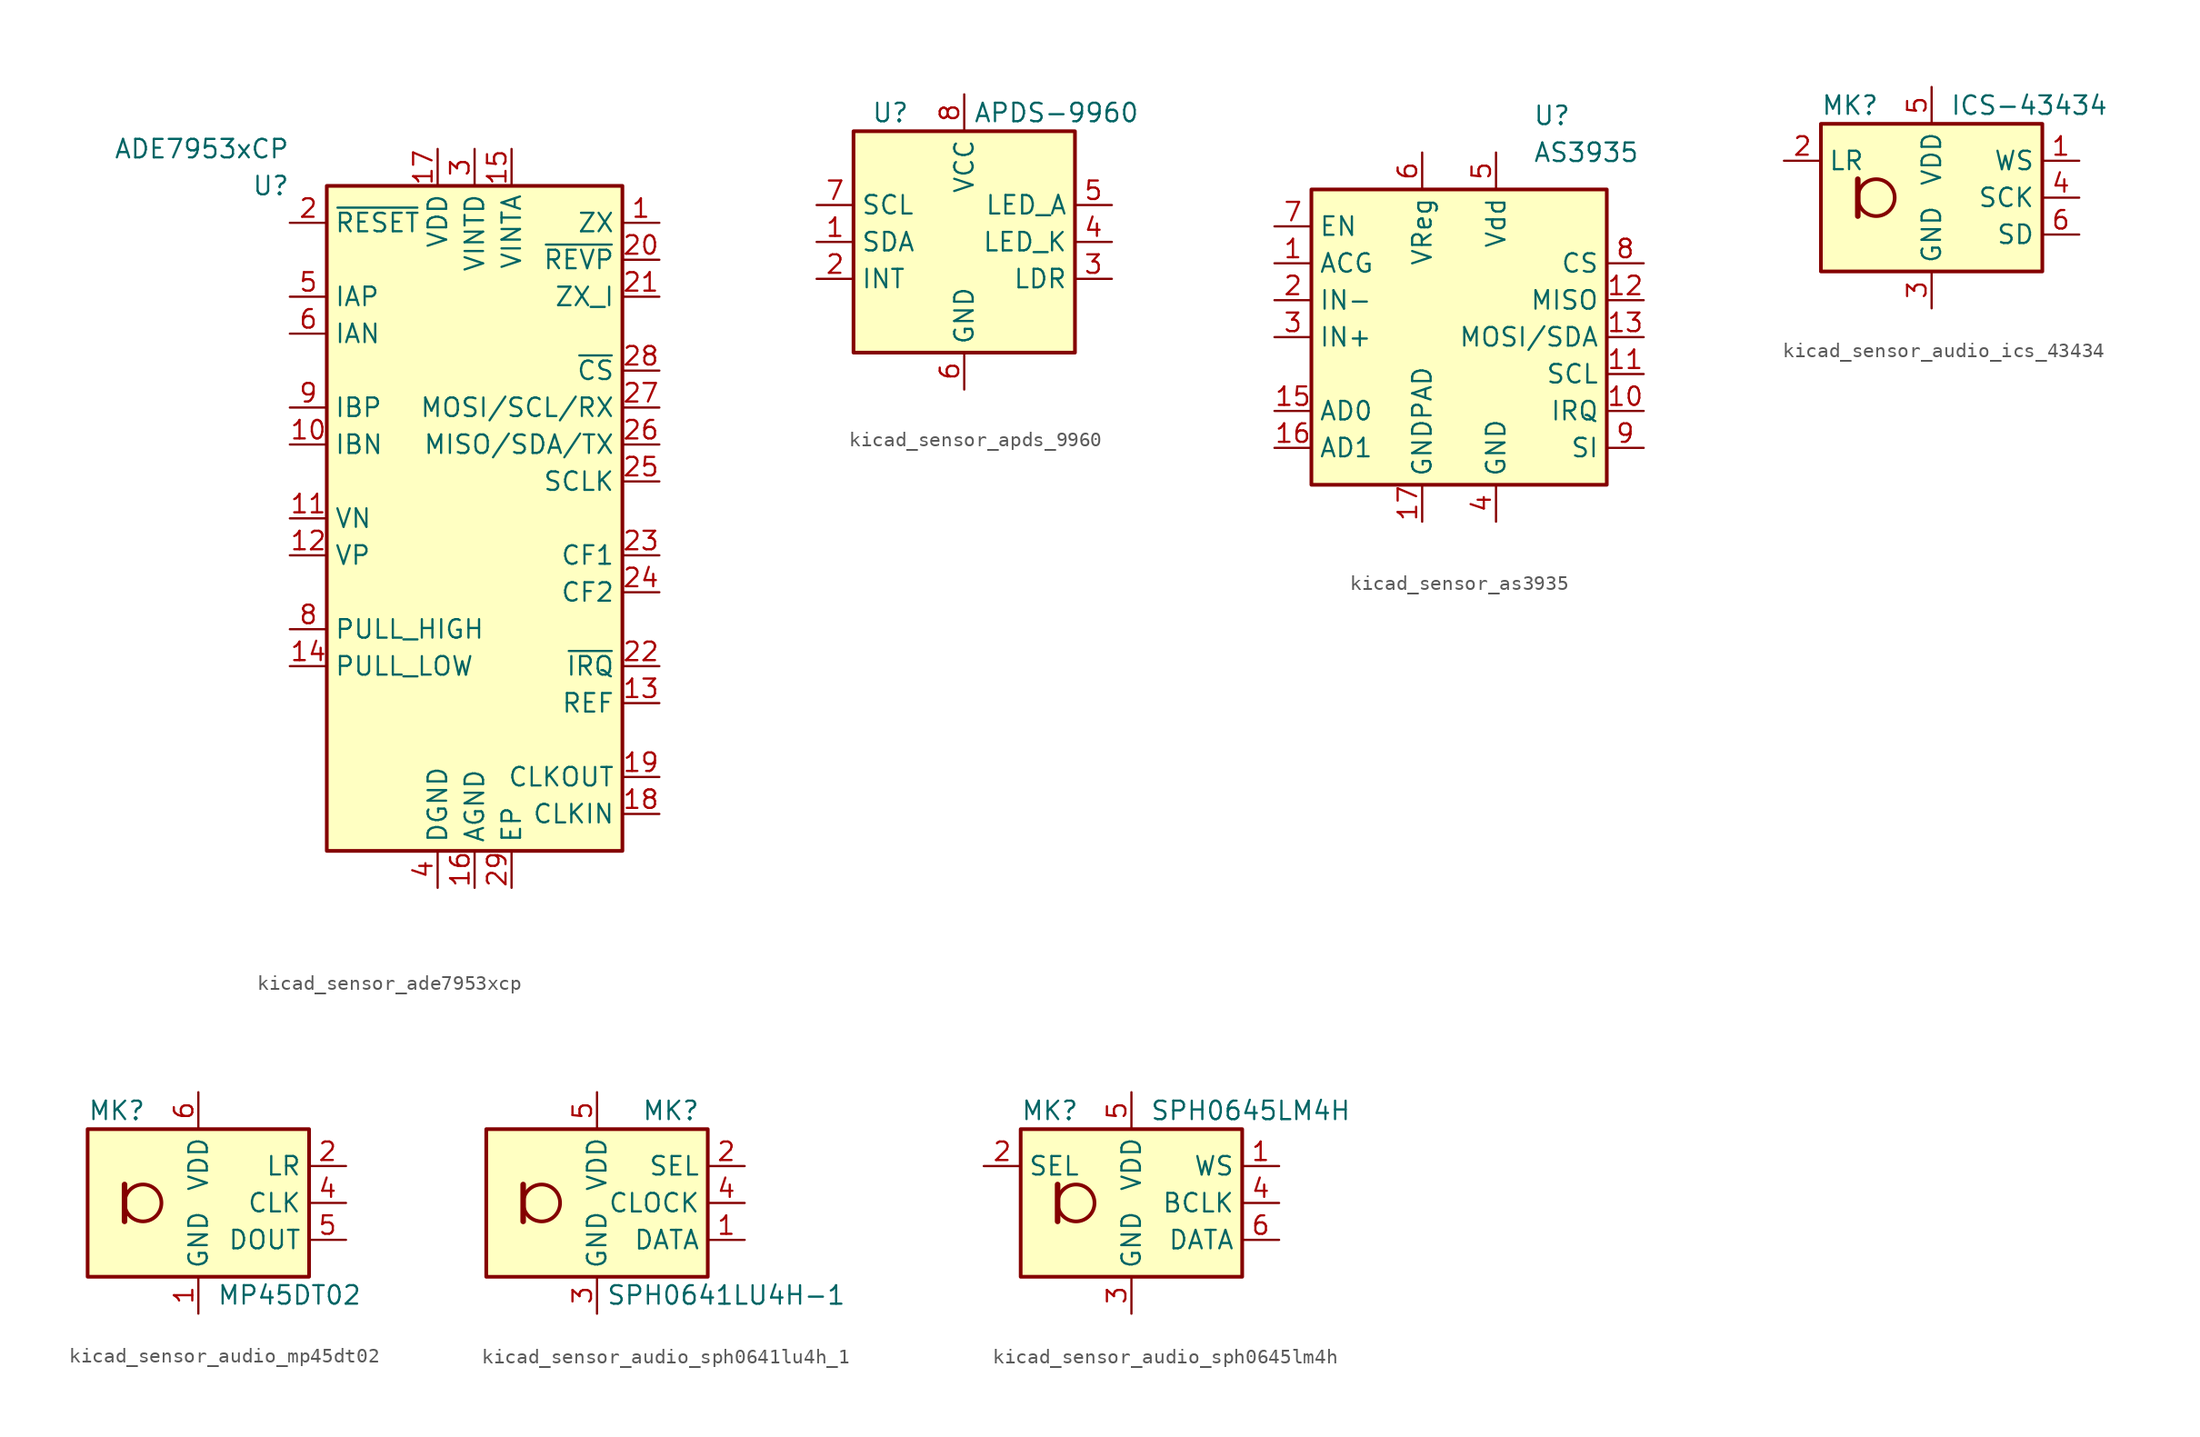
<source format=kicad_sym>
(kicad_symbol_lib
  (version 20220914)
  (generator kicad_symbol_editor)
  (symbol "kicad_sensor_ade7953xcp"
    (property "Reference" "U"
      (at -12.7 22.86 0)
      (effects (font (size 1.27 1.27)) (justify right)))
    (property "Value" "ADE7953xCP"
      (at -12.7 25.4 0)
      (effects (font (size 1.27 1.27)) (justify right)))
    (symbol "kicad_sensor_ade7953xcp_0_1"
      (rectangle (start 10.16 -22.86) (end -10.16 22.86) (stroke (width 0.254) (type default)) (fill (type background))))
    (symbol "kicad_sensor_ade7953xcp_1_1"
      (pin output line (at 12.7 20.32 180) (length 2.54) (name "ZX" (effects (font (size 1.27 1.27)))) (number "1" (effects (font (size 1.27 1.27)))))
      (pin input line (at -12.7 5.08 0) (length 2.54) (name "IBN" (effects (font (size 1.27 1.27)))) (number "10" (effects (font (size 1.27 1.27)))))
      (pin input line (at -12.7 0 0) (length 2.54) (name "VN" (effects (font (size 1.27 1.27)))) (number "11" (effects (font (size 1.27 1.27)))))
      (pin input line (at -12.7 -2.54 0) (length 2.54) (name "VP" (effects (font (size 1.27 1.27)))) (number "12" (effects (font (size 1.27 1.27)))))
      (pin input line (at 12.7 -12.7 180) (length 2.54) (name "REF" (effects (font (size 1.27 1.27)))) (number "13" (effects (font (size 1.27 1.27)))))
      (pin input line (at -12.7 -10.16 0) (length 2.54) (name "PULL_LOW" (effects (font (size 1.27 1.27)))) (number "14" (effects (font (size 1.27 1.27)))))
      (pin power_out line (at 2.54 25.4 270) (length 2.54) (name "VINTA" (effects (font (size 1.27 1.27)))) (number "15" (effects (font (size 1.27 1.27)))))
      (pin power_in line (at 0 -25.4 90) (length 2.54) (name "AGND" (effects (font (size 1.27 1.27)))) (number "16" (effects (font (size 1.27 1.27)))))
      (pin power_in line (at -2.54 25.4 270) (length 2.54) (name "VDD" (effects (font (size 1.27 1.27)))) (number "17" (effects (font (size 1.27 1.27)))))
      (pin input line (at 12.7 -20.32 180) (length 2.54) (name "CLKIN" (effects (font (size 1.27 1.27)))) (number "18" (effects (font (size 1.27 1.27)))))
      (pin output line (at 12.7 -17.78 180) (length 2.54) (name "CLKOUT" (effects (font (size 1.27 1.27)))) (number "19" (effects (font (size 1.27 1.27)))))
      (pin input line (at -12.7 20.32 0) (length 2.54) (name "~{RESET}" (effects (font (size 1.27 1.27)))) (number "2" (effects (font (size 1.27 1.27)))))
      (pin output line (at 12.7 17.78 180) (length 2.54) (name "~{REVP}" (effects (font (size 1.27 1.27)))) (number "20" (effects (font (size 1.27 1.27)))))
      (pin output line (at 12.7 15.24 180) (length 2.54) (name "ZX_I" (effects (font (size 1.27 1.27)))) (number "21" (effects (font (size 1.27 1.27)))))
      (pin open_collector line (at 12.7 -10.16 180) (length 2.54) (name "~{IRQ}" (effects (font (size 1.27 1.27)))) (number "22" (effects (font (size 1.27 1.27)))))
      (pin output line (at 12.7 -2.54 180) (length 2.54) (name "CF1" (effects (font (size 1.27 1.27)))) (number "23" (effects (font (size 1.27 1.27)))))
      (pin output line (at 12.7 -5.08 180) (length 2.54) (name "CF2" (effects (font (size 1.27 1.27)))) (number "24" (effects (font (size 1.27 1.27)))))
      (pin input line (at 12.7 2.54 180) (length 2.54) (name "SCLK" (effects (font (size 1.27 1.27)))) (number "25" (effects (font (size 1.27 1.27)))))
      (pin bidirectional line (at 12.7 5.08 180) (length 2.54) (name "MISO/SDA/TX" (effects (font (size 1.27 1.27)))) (number "26" (effects (font (size 1.27 1.27)))))
      (pin input line (at 12.7 7.62 180) (length 2.54) (name "MOSI/SCL/RX" (effects (font (size 1.27 1.27)))) (number "27" (effects (font (size 1.27 1.27)))))
      (pin input line (at 12.7 10.16 180) (length 2.54) (name "~{CS}" (effects (font (size 1.27 1.27)))) (number "28" (effects (font (size 1.27 1.27)))))
      (pin passive line (at 2.54 -25.4 90) (length 2.54) (name "EP" (effects (font (size 1.27 1.27)))) (number "29" (effects (font (size 1.27 1.27)))))
      (pin power_out line (at 0 25.4 270) (length 2.54) (name "VINTD" (effects (font (size 1.27 1.27)))) (number "3" (effects (font (size 1.27 1.27)))))
      (pin power_in line (at -2.54 -25.4 90) (length 2.54) (name "DGND" (effects (font (size 1.27 1.27)))) (number "4" (effects (font (size 1.27 1.27)))))
      (pin input line (at -12.7 15.24 0) (length 2.54) (name "IAP" (effects (font (size 1.27 1.27)))) (number "5" (effects (font (size 1.27 1.27)))))
      (pin input line (at -12.7 12.7 0) (length 2.54) (name "IAN" (effects (font (size 1.27 1.27)))) (number "6" (effects (font (size 1.27 1.27)))))
      (pin input line (at -12.7 -7.62 0) (length 2.54) hide (name "PULL_HIGH" (effects (font (size 1.27 1.27)))) (number "7" (effects (font (size 1.27 1.27)))))
      (pin input line (at -12.7 -7.62 0) (length 2.54) (name "PULL_HIGH" (effects (font (size 1.27 1.27)))) (number "8" (effects (font (size 1.27 1.27)))))
      (pin input line (at -12.7 7.62 0) (length 2.54) (name "IBP" (effects (font (size 1.27 1.27)))) (number "9" (effects (font (size 1.27 1.27)))))))
  (symbol "kicad_sensor_apds_9960"
    (property "Reference" "U"
      (at -5.08 8.89 0)
      (effects (font (size 1.27 1.27))))
    (property "Value" "APDS-9960"
      (at 6.35 8.89 0)
      (effects (font (size 1.27 1.27))))
    (symbol "kicad_sensor_apds_9960_0_1"
      (rectangle (start -7.62 7.62) (end 7.62 -7.62) (stroke (width 0.254) (type default)) (fill (type background))))
    (symbol "kicad_sensor_apds_9960_1_1"
      (pin bidirectional line (at -10.16 0 0) (length 2.54) (name "SDA" (effects (font (size 1.27 1.27)))) (number "1" (effects (font (size 1.27 1.27)))))
      (pin open_collector line (at -10.16 -2.54 0) (length 2.54) (name "INT" (effects (font (size 1.27 1.27)))) (number "2" (effects (font (size 1.27 1.27)))))
      (pin passive line (at 10.16 -2.54 180) (length 2.54) (name "LDR" (effects (font (size 1.27 1.27)))) (number "3" (effects (font (size 1.27 1.27)))))
      (pin passive line (at 10.16 0 180) (length 2.54) (name "LED_K" (effects (font (size 1.27 1.27)))) (number "4" (effects (font (size 1.27 1.27)))))
      (pin passive line (at 10.16 2.54 180) (length 2.54) (name "LED_A" (effects (font (size 1.27 1.27)))) (number "5" (effects (font (size 1.27 1.27)))))
      (pin power_in line (at 0 -10.16 90) (length 2.54) (name "GND" (effects (font (size 1.27 1.27)))) (number "6" (effects (font (size 1.27 1.27)))))
      (pin input line (at -10.16 2.54 0) (length 2.54) (name "SCL" (effects (font (size 1.27 1.27)))) (number "7" (effects (font (size 1.27 1.27)))))
      (pin power_in line (at 0 10.16 270) (length 2.54) (name "VCC" (effects (font (size 1.27 1.27)))) (number "8" (effects (font (size 1.27 1.27)))))))
  (symbol "kicad_sensor_as3935"
    (property "Reference" "U"
      (at 5.08 15.24 0)
      (effects (font (size 1.27 1.27)) (justify left)))
    (property "Value" "AS3935"
      (at 5.08 12.7 0)
      (effects (font (size 1.27 1.27)) (justify left)))
    (symbol "kicad_sensor_as3935_0_1"
      (rectangle (start -10.16 10.16) (end 10.16 -10.16) (stroke (width 0.254) (type default)) (fill (type background))))
    (symbol "kicad_sensor_as3935_1_1"
      (pin input line (at -12.7 5.08 0) (length 2.54) (name "ACG" (effects (font (size 1.27 1.27)))) (number "1" (effects (font (size 1.27 1.27)))))
      (pin bidirectional line (at 12.7 -5.08 180) (length 2.54) (name "IRQ" (effects (font (size 1.27 1.27)))) (number "10" (effects (font (size 1.27 1.27)))))
      (pin bidirectional line (at 12.7 -2.54 180) (length 2.54) (name "SCL" (effects (font (size 1.27 1.27)))) (number "11" (effects (font (size 1.27 1.27)))))
      (pin output line (at 12.7 2.54 180) (length 2.54) (name "MISO" (effects (font (size 1.27 1.27)))) (number "12" (effects (font (size 1.27 1.27)))))
      (pin bidirectional line (at 12.7 0 180) (length 2.54) (name "MOSI/SDA" (effects (font (size 1.27 1.27)))) (number "13" (effects (font (size 1.27 1.27)))))
      (pin input line (at -12.7 -5.08 0) (length 2.54) (name "AD0" (effects (font (size 1.27 1.27)))) (number "15" (effects (font (size 1.27 1.27)))))
      (pin input line (at -12.7 -7.62 0) (length 2.54) (name "AD1" (effects (font (size 1.27 1.27)))) (number "16" (effects (font (size 1.27 1.27)))))
      (pin power_in line (at -2.54 -12.7 90) (length 2.54) (name "GNDPAD" (effects (font (size 1.27 1.27)))) (number "17" (effects (font (size 1.27 1.27)))))
      (pin input line (at -12.7 2.54 0) (length 2.54) (name "IN-" (effects (font (size 1.27 1.27)))) (number "2" (effects (font (size 1.27 1.27)))))
      (pin input line (at -12.7 0 0) (length 2.54) (name "IN+" (effects (font (size 1.27 1.27)))) (number "3" (effects (font (size 1.27 1.27)))))
      (pin power_in line (at 2.54 -12.7 90) (length 2.54) (name "GND" (effects (font (size 1.27 1.27)))) (number "4" (effects (font (size 1.27 1.27)))))
      (pin power_in line (at 2.54 12.7 270) (length 2.54) (name "Vdd" (effects (font (size 1.27 1.27)))) (number "5" (effects (font (size 1.27 1.27)))))
      (pin passive line (at -2.54 12.7 270) (length 2.54) (name "VReg" (effects (font (size 1.27 1.27)))) (number "6" (effects (font (size 1.27 1.27)))))
      (pin input line (at -12.7 7.62 0) (length 2.54) (name "EN" (effects (font (size 1.27 1.27)))) (number "7" (effects (font (size 1.27 1.27)))))
      (pin input line (at 12.7 5.08 180) (length 2.54) (name "CS" (effects (font (size 1.27 1.27)))) (number "8" (effects (font (size 1.27 1.27)))))
      (pin input line (at 12.7 -7.62 180) (length 2.54) (name "SI" (effects (font (size 1.27 1.27)))) (number "9" (effects (font (size 1.27 1.27)))))))
  (symbol "kicad_sensor_audio_ics_43434"
    (property "Reference" "MK"
      (at -7.62 6.35 0)
      (effects (font (size 1.27 1.27)) (justify left)))
    (property "Value" "ICS-43434"
      (at 1.27 6.35 0)
      (effects (font (size 1.27 1.27)) (justify left)))
    (symbol "kicad_sensor_audio_ics_43434_1_1"
      (rectangle (start -7.62 5.08) (end 7.62 -5.08) (stroke (width 0.254) (type default)) (fill (type background)))
      (circle (center -3.81 0) (radius 1.27) (stroke (width 0.254) (type default)) (fill (type none)))
      (polyline (pts (xy -5.08 1.27) (xy -5.08 -1.27)) (stroke (width 0.381) (type default)) (fill (type none)))
      (pin input line (at 10.16 2.54 180) (length 2.54) (name "WS" (effects (font (size 1.27 1.27)))) (number "1" (effects (font (size 1.27 1.27)))))
      (pin input line (at -10.16 2.54 0) (length 2.54) (name "LR" (effects (font (size 1.27 1.27)))) (number "2" (effects (font (size 1.27 1.27)))))
      (pin power_in line (at 0 -7.62 90) (length 2.54) (name "GND" (effects (font (size 1.27 1.27)))) (number "3" (effects (font (size 1.27 1.27)))))
      (pin input line (at 10.16 0 180) (length 2.54) (name "SCK" (effects (font (size 1.27 1.27)))) (number "4" (effects (font (size 1.27 1.27)))))
      (pin power_in line (at 0 7.62 270) (length 2.54) (name "VDD" (effects (font (size 1.27 1.27)))) (number "5" (effects (font (size 1.27 1.27)))))
      (pin output line (at 10.16 -2.54 180) (length 2.54) (name "SD" (effects (font (size 1.27 1.27)))) (number "6" (effects (font (size 1.27 1.27)))))))
  (symbol "kicad_sensor_audio_mp45dt02"
    (property "Reference" "MK"
      (at -7.62 6.35 0)
      (effects (font (size 1.27 1.27)) (justify left)))
    (property "Value" "MP45DT02"
      (at 1.27 -6.35 0)
      (effects (font (size 1.27 1.27)) (justify left)))
    (symbol "kicad_sensor_audio_mp45dt02_0_1"
      (rectangle (start -7.62 5.08) (end 7.62 -5.08) (stroke (width 0.254) (type default)) (fill (type background)))
      (circle (center -3.81 0) (radius 1.27) (stroke (width 0.254) (type default)) (fill (type none)))
      (polyline (pts (xy -5.08 1.27) (xy -5.08 -1.27)) (stroke (width 0.381) (type default)) (fill (type none))))
    (symbol "kicad_sensor_audio_mp45dt02_1_1"
      (pin power_in line (at 0 -7.62 90) (length 2.54) (name "GND" (effects (font (size 1.27 1.27)))) (number "1" (effects (font (size 1.27 1.27)))))
      (pin input line (at 10.16 2.54 180) (length 2.54) (name "LR" (effects (font (size 1.27 1.27)))) (number "2" (effects (font (size 1.27 1.27)))))
      (pin passive line (at 0 -7.62 90) (length 2.54) hide (name "GND" (effects (font (size 1.27 1.27)))) (number "3" (effects (font (size 1.27 1.27)))))
      (pin input line (at 10.16 0 180) (length 2.54) (name "CLK" (effects (font (size 1.27 1.27)))) (number "4" (effects (font (size 1.27 1.27)))))
      (pin output line (at 10.16 -2.54 180) (length 2.54) (name "DOUT" (effects (font (size 1.27 1.27)))) (number "5" (effects (font (size 1.27 1.27)))))
      (pin power_in line (at 0 7.62 270) (length 2.54) (name "VDD" (effects (font (size 1.27 1.27)))) (number "6" (effects (font (size 1.27 1.27)))))))
  (symbol "kicad_sensor_audio_sph0641lu4h_1"
    (property "Reference" "MK"
      (at 5.08 6.35 0)
      (effects (font (size 1.27 1.27))))
    (property "Value" "SPH0641LU4H-1"
      (at 8.89 -6.35 0)
      (effects (font (size 1.27 1.27))))
    (symbol "kicad_sensor_audio_sph0641lu4h_1_1_1"
      (rectangle (start -7.62 5.08) (end 7.62 -5.08) (stroke (width 0.254) (type default)) (fill (type background)))
      (circle (center -3.81 0) (radius 1.27) (stroke (width 0.254) (type default)) (fill (type none)))
      (polyline (pts (xy -5.08 1.27) (xy -5.08 -1.27)) (stroke (width 0.381) (type default)) (fill (type none)))
      (pin output line (at 10.16 -2.54 180) (length 2.54) (name "DATA" (effects (font (size 1.27 1.27)))) (number "1" (effects (font (size 1.27 1.27)))))
      (pin input line (at 10.16 2.54 180) (length 2.54) (name "SEL" (effects (font (size 1.27 1.27)))) (number "2" (effects (font (size 1.27 1.27)))))
      (pin power_in line (at 0 -7.62 90) (length 2.54) (name "GND" (effects (font (size 1.27 1.27)))) (number "3" (effects (font (size 1.27 1.27)))))
      (pin input line (at 10.16 0 180) (length 2.54) (name "CLOCK" (effects (font (size 1.27 1.27)))) (number "4" (effects (font (size 1.27 1.27)))))
      (pin power_in line (at 0 7.62 270) (length 2.54) (name "VDD" (effects (font (size 1.27 1.27)))) (number "5" (effects (font (size 1.27 1.27)))))))
  (symbol "kicad_sensor_audio_sph0645lm4h"
    (property "Reference" "MK"
      (at -7.62 6.35 0)
      (effects (font (size 1.27 1.27)) (justify left)))
    (property "Value" "SPH0645LM4H"
      (at 1.27 6.35 0)
      (effects (font (size 1.27 1.27)) (justify left)))
    (symbol "kicad_sensor_audio_sph0645lm4h_1_1"
      (rectangle (start -7.62 5.08) (end 7.62 -5.08) (stroke (width 0.254) (type default)) (fill (type background)))
      (circle (center -3.81 0) (radius 1.27) (stroke (width 0.254) (type default)) (fill (type none)))
      (polyline (pts (xy -5.08 1.27) (xy -5.08 -1.27)) (stroke (width 0.381) (type default)) (fill (type none)))
      (pin input line (at 10.16 2.54 180) (length 2.54) (name "WS" (effects (font (size 1.27 1.27)))) (number "1" (effects (font (size 1.27 1.27)))))
      (pin input line (at -10.16 2.54 0) (length 2.54) (name "SEL" (effects (font (size 1.27 1.27)))) (number "2" (effects (font (size 1.27 1.27)))))
      (pin power_in line (at 0 -7.62 90) (length 2.54) (name "GND" (effects (font (size 1.27 1.27)))) (number "3" (effects (font (size 1.27 1.27)))))
      (pin input line (at 10.16 0 180) (length 2.54) (name "BCLK" (effects (font (size 1.27 1.27)))) (number "4" (effects (font (size 1.27 1.27)))))
      (pin power_in line (at 0 7.62 270) (length 2.54) (name "VDD" (effects (font (size 1.27 1.27)))) (number "5" (effects (font (size 1.27 1.27)))))
      (pin output line (at 10.16 -2.54 180) (length 2.54) (name "DATA" (effects (font (size 1.27 1.27)))) (number "6" (effects (font (size 1.27 1.27))))))))
</source>
